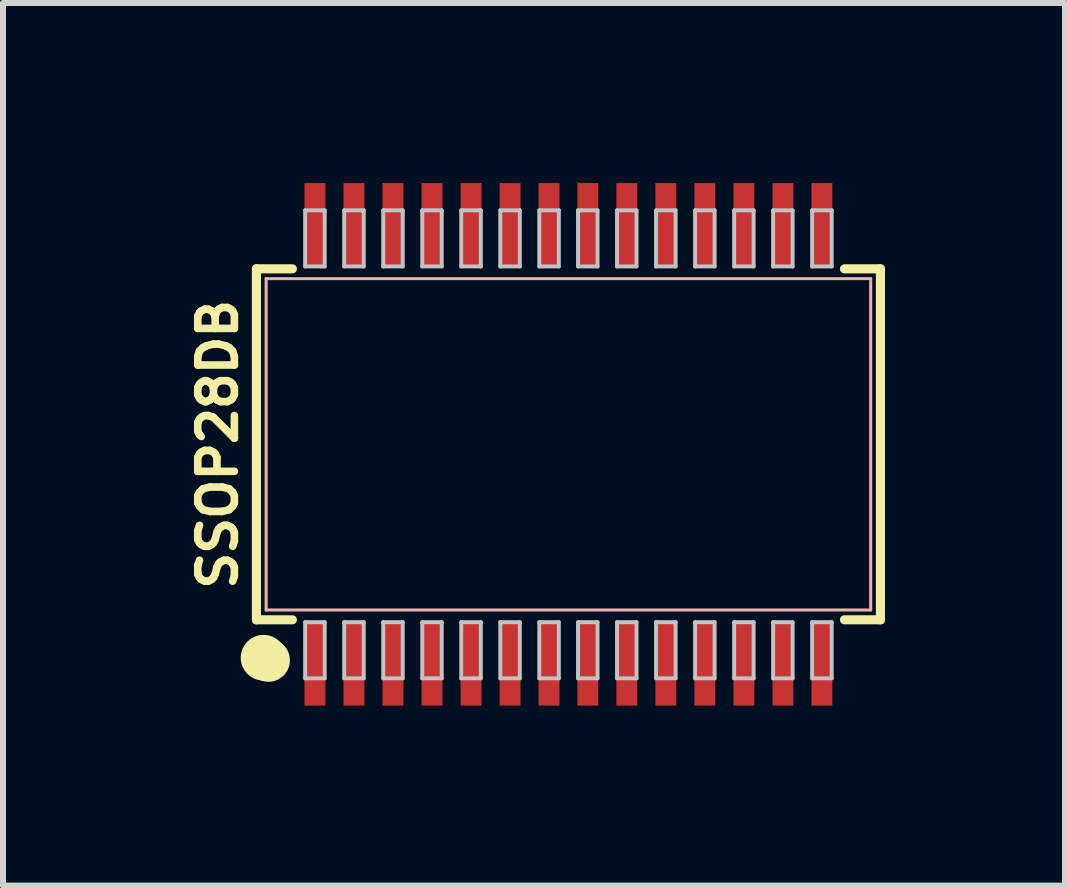
<source format=kicad_pcb>
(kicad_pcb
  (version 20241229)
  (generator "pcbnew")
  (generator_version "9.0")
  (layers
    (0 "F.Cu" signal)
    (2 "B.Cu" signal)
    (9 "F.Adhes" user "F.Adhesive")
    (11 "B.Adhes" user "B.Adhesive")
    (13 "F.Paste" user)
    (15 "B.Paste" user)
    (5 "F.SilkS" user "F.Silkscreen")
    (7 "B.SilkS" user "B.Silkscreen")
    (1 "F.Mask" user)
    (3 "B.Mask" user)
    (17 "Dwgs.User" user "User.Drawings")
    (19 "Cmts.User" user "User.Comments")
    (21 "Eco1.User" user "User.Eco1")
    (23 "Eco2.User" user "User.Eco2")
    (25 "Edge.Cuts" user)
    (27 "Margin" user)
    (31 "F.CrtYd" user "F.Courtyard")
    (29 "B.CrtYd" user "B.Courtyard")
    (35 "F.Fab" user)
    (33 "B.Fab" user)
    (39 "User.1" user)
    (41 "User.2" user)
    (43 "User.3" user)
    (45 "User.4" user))
  (footprint "SSOP28DB"
    (layer "F.Cu")
    (at 6.422 4.354)
    (property "Reference" "SSOP28DB" (at -5.842 0 90) (layer "F.SilkS") (effects (font (size 0.61 0.61) (thickness 0.127))))
    (attr smd)
    (fp_line (start -5.199 -2.924) (end -4.6 -2.924) (stroke (width 0.152) (type solid)) (layer "F.SilkS"))
    (fp_line (start -5.199 2.924) (end -5.199 -2.924) (stroke (width 0.152) (type solid)) (layer "F.SilkS"))
    (fp_line (start -5.199 2.924) (end -4.6 2.924) (stroke (width 0.152) (type solid)) (layer "F.SilkS"))
    (fp_line (start 5.199 -2.924) (end 4.6 -2.924) (stroke (width 0.152) (type solid)) (layer "F.SilkS"))
    (fp_line (start 5.199 -2.924) (end 5.199 2.924) (stroke (width 0.152) (type solid)) (layer "F.SilkS"))
    (fp_line (start 5.199 2.924) (end 4.6 2.924) (stroke (width 0.152) (type solid)) (layer "F.SilkS"))
    (fp_circle (center -5.08 3.556) (end -4.953 3.556) (stroke (width 0.254) (type solid)) (fill no) (layer "F.SilkS"))
    (fp_circle (center -5.08 3.556) (end -4.826 3.556) (stroke (width 0.254) (type solid)) (fill no) (layer "F.SilkS"))
    (fp_circle (center -4.999 3.599) (end -4.999 3.241) (stroke (width 0) (type solid)) (fill yes) (layer "F.SilkS"))
    (fp_line (start -5.037 -2.761) (end 5.037 -2.761) (stroke (width 0.051) (type solid)) (layer "B.SilkS"))
    (fp_line (start -5.037 2.761) (end -5.037 -2.761) (stroke (width 0.051) (type solid)) (layer "B.SilkS"))
    (fp_line (start 5.037 -2.761) (end 5.037 2.761) (stroke (width 0.051) (type solid)) (layer "B.SilkS"))
    (fp_line (start 5.037 2.761) (end -5.037 2.761) (stroke (width 0.051) (type solid)) (layer "B.SilkS"))
    (fp_line (start -4.387 -3.899) (end -4.061 -3.899) (stroke (width 0.066) (type solid)) (layer "Dwgs.User"))
    (fp_line (start -4.387 -2.964) (end -4.387 -3.899) (stroke (width 0.066) (type solid)) (layer "Dwgs.User"))
    (fp_line (start -4.387 -2.964) (end -4.061 -2.964) (stroke (width 0.066) (type solid)) (layer "Dwgs.User"))
    (fp_line (start -4.387 2.964) (end -4.061 2.964) (stroke (width 0.066) (type solid)) (layer "Dwgs.User"))
    (fp_line (start -4.387 3.899) (end -4.387 2.964) (stroke (width 0.066) (type solid)) (layer "Dwgs.User"))
    (fp_line (start -4.387 3.899) (end -4.061 3.899) (stroke (width 0.066) (type solid)) (layer "Dwgs.User"))
    (fp_line (start -4.061 -2.964) (end -4.061 -3.899) (stroke (width 0.066) (type solid)) (layer "Dwgs.User"))
    (fp_line (start -4.061 3.899) (end -4.061 2.964) (stroke (width 0.066) (type solid)) (layer "Dwgs.User"))
    (fp_line (start -3.736 -3.899) (end -3.411 -3.899) (stroke (width 0.066) (type solid)) (layer "Dwgs.User"))
    (fp_line (start -3.736 -2.964) (end -3.736 -3.899) (stroke (width 0.066) (type solid)) (layer "Dwgs.User"))
    (fp_line (start -3.736 -2.964) (end -3.411 -2.964) (stroke (width 0.066) (type solid)) (layer "Dwgs.User"))
    (fp_line (start -3.736 2.964) (end -3.411 2.964) (stroke (width 0.066) (type solid)) (layer "Dwgs.User"))
    (fp_line (start -3.736 3.899) (end -3.736 2.964) (stroke (width 0.066) (type solid)) (layer "Dwgs.User"))
    (fp_line (start -3.736 3.899) (end -3.411 3.899) (stroke (width 0.066) (type solid)) (layer "Dwgs.User"))
    (fp_line (start -3.411 -2.964) (end -3.411 -3.899) (stroke (width 0.066) (type solid)) (layer "Dwgs.User"))
    (fp_line (start -3.411 3.899) (end -3.411 2.964) (stroke (width 0.066) (type solid)) (layer "Dwgs.User"))
    (fp_line (start -3.086 -3.899) (end -2.761 -3.899) (stroke (width 0.066) (type solid)) (layer "Dwgs.User"))
    (fp_line (start -3.086 -2.964) (end -3.086 -3.899) (stroke (width 0.066) (type solid)) (layer "Dwgs.User"))
    (fp_line (start -3.086 -2.964) (end -2.761 -2.964) (stroke (width 0.066) (type solid)) (layer "Dwgs.User"))
    (fp_line (start -3.086 2.964) (end -2.761 2.964) (stroke (width 0.066) (type solid)) (layer "Dwgs.User"))
    (fp_line (start -3.086 3.899) (end -3.086 2.964) (stroke (width 0.066) (type solid)) (layer "Dwgs.User"))
    (fp_line (start -3.086 3.899) (end -2.761 3.899) (stroke (width 0.066) (type solid)) (layer "Dwgs.User"))
    (fp_line (start -2.761 -2.964) (end -2.761 -3.899) (stroke (width 0.066) (type solid)) (layer "Dwgs.User"))
    (fp_line (start -2.761 3.899) (end -2.761 2.964) (stroke (width 0.066) (type solid)) (layer "Dwgs.User"))
    (fp_line (start -2.436 -3.899) (end -2.111 -3.899) (stroke (width 0.066) (type solid)) (layer "Dwgs.User"))
    (fp_line (start -2.436 -2.964) (end -2.436 -3.899) (stroke (width 0.066) (type solid)) (layer "Dwgs.User"))
    (fp_line (start -2.436 -2.964) (end -2.111 -2.964) (stroke (width 0.066) (type solid)) (layer "Dwgs.User"))
    (fp_line (start -2.436 2.964) (end -2.111 2.964) (stroke (width 0.066) (type solid)) (layer "Dwgs.User"))
    (fp_line (start -2.436 3.899) (end -2.436 2.964) (stroke (width 0.066) (type solid)) (layer "Dwgs.User"))
    (fp_line (start -2.436 3.899) (end -2.111 3.899) (stroke (width 0.066) (type solid)) (layer "Dwgs.User"))
    (fp_line (start -2.111 -2.964) (end -2.111 -3.899) (stroke (width 0.066) (type solid)) (layer "Dwgs.User"))
    (fp_line (start -2.111 3.899) (end -2.111 2.964) (stroke (width 0.066) (type solid)) (layer "Dwgs.User"))
    (fp_line (start -1.786 -3.899) (end -1.46 -3.899) (stroke (width 0.066) (type solid)) (layer "Dwgs.User"))
    (fp_line (start -1.786 -2.964) (end -1.786 -3.899) (stroke (width 0.066) (type solid)) (layer "Dwgs.User"))
    (fp_line (start -1.786 -2.964) (end -1.46 -2.964) (stroke (width 0.066) (type solid)) (layer "Dwgs.User"))
    (fp_line (start -1.786 2.964) (end -1.46 2.964) (stroke (width 0.066) (type solid)) (layer "Dwgs.User"))
    (fp_line (start -1.786 3.899) (end -1.786 2.964) (stroke (width 0.066) (type solid)) (layer "Dwgs.User"))
    (fp_line (start -1.786 3.899) (end -1.46 3.899) (stroke (width 0.066) (type solid)) (layer "Dwgs.User"))
    (fp_line (start -1.46 -2.964) (end -1.46 -3.899) (stroke (width 0.066) (type solid)) (layer "Dwgs.User"))
    (fp_line (start -1.46 3.899) (end -1.46 2.964) (stroke (width 0.066) (type solid)) (layer "Dwgs.User"))
    (fp_line (start -1.135 -3.899) (end -0.81 -3.899) (stroke (width 0.066) (type solid)) (layer "Dwgs.User"))
    (fp_line (start -1.135 -2.964) (end -1.135 -3.899) (stroke (width 0.066) (type solid)) (layer "Dwgs.User"))
    (fp_line (start -1.135 -2.964) (end -0.81 -2.964) (stroke (width 0.066) (type solid)) (layer "Dwgs.User"))
    (fp_line (start -1.135 2.964) (end -0.81 2.964) (stroke (width 0.066) (type solid)) (layer "Dwgs.User"))
    (fp_line (start -1.135 3.899) (end -1.135 2.964) (stroke (width 0.066) (type solid)) (layer "Dwgs.User"))
    (fp_line (start -1.135 3.899) (end -0.81 3.899) (stroke (width 0.066) (type solid)) (layer "Dwgs.User"))
    (fp_line (start -0.81 -2.964) (end -0.81 -3.899) (stroke (width 0.066) (type solid)) (layer "Dwgs.User"))
    (fp_line (start -0.81 3.899) (end -0.81 2.964) (stroke (width 0.066) (type solid)) (layer "Dwgs.User"))
    (fp_line (start -0.485 -3.899) (end -0.16 -3.899) (stroke (width 0.066) (type solid)) (layer "Dwgs.User"))
    (fp_line (start -0.485 -2.964) (end -0.485 -3.899) (stroke (width 0.066) (type solid)) (layer "Dwgs.User"))
    (fp_line (start -0.485 -2.964) (end -0.16 -2.964) (stroke (width 0.066) (type solid)) (layer "Dwgs.User"))
    (fp_line (start -0.485 2.964) (end -0.16 2.964) (stroke (width 0.066) (type solid)) (layer "Dwgs.User"))
    (fp_line (start -0.485 3.899) (end -0.485 2.964) (stroke (width 0.066) (type solid)) (layer "Dwgs.User"))
    (fp_line (start -0.485 3.899) (end -0.16 3.899) (stroke (width 0.066) (type solid)) (layer "Dwgs.User"))
    (fp_line (start -0.16 -2.964) (end -0.16 -3.899) (stroke (width 0.066) (type solid)) (layer "Dwgs.User"))
    (fp_line (start -0.16 3.899) (end -0.16 2.964) (stroke (width 0.066) (type solid)) (layer "Dwgs.User"))
    (fp_line (start 0.16 -3.899) (end 0.485 -3.899) (stroke (width 0.066) (type solid)) (layer "Dwgs.User"))
    (fp_line (start 0.16 -2.964) (end 0.16 -3.899) (stroke (width 0.066) (type solid)) (layer "Dwgs.User"))
    (fp_line (start 0.16 -2.964) (end 0.485 -2.964) (stroke (width 0.066) (type solid)) (layer "Dwgs.User"))
    (fp_line (start 0.16 2.964) (end 0.485 2.964) (stroke (width 0.066) (type solid)) (layer "Dwgs.User"))
    (fp_line (start 0.16 3.899) (end 0.16 2.964) (stroke (width 0.066) (type solid)) (layer "Dwgs.User"))
    (fp_line (start 0.16 3.899) (end 0.485 3.899) (stroke (width 0.066) (type solid)) (layer "Dwgs.User"))
    (fp_line (start 0.485 -2.964) (end 0.485 -3.899) (stroke (width 0.066) (type solid)) (layer "Dwgs.User"))
    (fp_line (start 0.485 3.899) (end 0.485 2.964) (stroke (width 0.066) (type solid)) (layer "Dwgs.User"))
    (fp_line (start 0.81 -3.899) (end 1.135 -3.899) (stroke (width 0.066) (type solid)) (layer "Dwgs.User"))
    (fp_line (start 0.81 -2.964) (end 0.81 -3.899) (stroke (width 0.066) (type solid)) (layer "Dwgs.User"))
    (fp_line (start 0.81 -2.964) (end 1.135 -2.964) (stroke (width 0.066) (type solid)) (layer "Dwgs.User"))
    (fp_line (start 0.81 2.964) (end 1.135 2.964) (stroke (width 0.066) (type solid)) (layer "Dwgs.User"))
    (fp_line (start 0.81 3.899) (end 0.81 2.964) (stroke (width 0.066) (type solid)) (layer "Dwgs.User"))
    (fp_line (start 0.81 3.899) (end 1.135 3.899) (stroke (width 0.066) (type solid)) (layer "Dwgs.User"))
    (fp_line (start 1.135 -2.964) (end 1.135 -3.899) (stroke (width 0.066) (type solid)) (layer "Dwgs.User"))
    (fp_line (start 1.135 3.899) (end 1.135 2.964) (stroke (width 0.066) (type solid)) (layer "Dwgs.User"))
    (fp_line (start 1.46 -3.899) (end 1.786 -3.899) (stroke (width 0.066) (type solid)) (layer "Dwgs.User"))
    (fp_line (start 1.46 -2.964) (end 1.46 -3.899) (stroke (width 0.066) (type solid)) (layer "Dwgs.User"))
    (fp_line (start 1.46 -2.964) (end 1.786 -2.964) (stroke (width 0.066) (type solid)) (layer "Dwgs.User"))
    (fp_line (start 1.46 2.964) (end 1.786 2.964) (stroke (width 0.066) (type solid)) (layer "Dwgs.User"))
    (fp_line (start 1.46 3.899) (end 1.46 2.964) (stroke (width 0.066) (type solid)) (layer "Dwgs.User"))
    (fp_line (start 1.46 3.899) (end 1.786 3.899) (stroke (width 0.066) (type solid)) (layer "Dwgs.User"))
    (fp_line (start 1.786 -2.964) (end 1.786 -3.899) (stroke (width 0.066) (type solid)) (layer "Dwgs.User"))
    (fp_line (start 1.786 3.899) (end 1.786 2.964) (stroke (width 0.066) (type solid)) (layer "Dwgs.User"))
    (fp_line (start 2.111 -3.899) (end 2.436 -3.899) (stroke (width 0.066) (type solid)) (layer "Dwgs.User"))
    (fp_line (start 2.111 -2.964) (end 2.111 -3.899) (stroke (width 0.066) (type solid)) (layer "Dwgs.User"))
    (fp_line (start 2.111 -2.964) (end 2.436 -2.964) (stroke (width 0.066) (type solid)) (layer "Dwgs.User"))
    (fp_line (start 2.111 2.964) (end 2.436 2.964) (stroke (width 0.066) (type solid)) (layer "Dwgs.User"))
    (fp_line (start 2.111 3.899) (end 2.111 2.964) (stroke (width 0.066) (type solid)) (layer "Dwgs.User"))
    (fp_line (start 2.111 3.899) (end 2.436 3.899) (stroke (width 0.066) (type solid)) (layer "Dwgs.User"))
    (fp_line (start 2.436 -2.964) (end 2.436 -3.899) (stroke (width 0.066) (type solid)) (layer "Dwgs.User"))
    (fp_line (start 2.436 3.899) (end 2.436 2.964) (stroke (width 0.066) (type solid)) (layer "Dwgs.User"))
    (fp_line (start 2.761 -3.899) (end 3.086 -3.899) (stroke (width 0.066) (type solid)) (layer "Dwgs.User"))
    (fp_line (start 2.761 -2.964) (end 2.761 -3.899) (stroke (width 0.066) (type solid)) (layer "Dwgs.User"))
    (fp_line (start 2.761 -2.964) (end 3.086 -2.964) (stroke (width 0.066) (type solid)) (layer "Dwgs.User"))
    (fp_line (start 2.761 2.964) (end 3.086 2.964) (stroke (width 0.066) (type solid)) (layer "Dwgs.User"))
    (fp_line (start 2.761 3.899) (end 2.761 2.964) (stroke (width 0.066) (type solid)) (layer "Dwgs.User"))
    (fp_line (start 2.761 3.899) (end 3.086 3.899) (stroke (width 0.066) (type solid)) (layer "Dwgs.User"))
    (fp_line (start 3.086 -2.964) (end 3.086 -3.899) (stroke (width 0.066) (type solid)) (layer "Dwgs.User"))
    (fp_line (start 3.086 3.899) (end 3.086 2.964) (stroke (width 0.066) (type solid)) (layer "Dwgs.User"))
    (fp_line (start 3.411 -3.899) (end 3.736 -3.899) (stroke (width 0.066) (type solid)) (layer "Dwgs.User"))
    (fp_line (start 3.411 -2.964) (end 3.411 -3.899) (stroke (width 0.066) (type solid)) (layer "Dwgs.User"))
    (fp_line (start 3.411 -2.964) (end 3.736 -2.964) (stroke (width 0.066) (type solid)) (layer "Dwgs.User"))
    (fp_line (start 3.411 2.964) (end 3.736 2.964) (stroke (width 0.066) (type solid)) (layer "Dwgs.User"))
    (fp_line (start 3.411 3.899) (end 3.411 2.964) (stroke (width 0.066) (type solid)) (layer "Dwgs.User"))
    (fp_line (start 3.411 3.899) (end 3.736 3.899) (stroke (width 0.066) (type solid)) (layer "Dwgs.User"))
    (fp_line (start 3.736 -2.964) (end 3.736 -3.899) (stroke (width 0.066) (type solid)) (layer "Dwgs.User"))
    (fp_line (start 3.736 3.899) (end 3.736 2.964) (stroke (width 0.066) (type solid)) (layer "Dwgs.User"))
    (fp_line (start 4.061 -3.899) (end 4.387 -3.899) (stroke (width 0.066) (type solid)) (layer "Dwgs.User"))
    (fp_line (start 4.061 -2.964) (end 4.061 -3.899) (stroke (width 0.066) (type solid)) (layer "Dwgs.User"))
    (fp_line (start 4.061 -2.964) (end 4.387 -2.964) (stroke (width 0.066) (type solid)) (layer "Dwgs.User"))
    (fp_line (start 4.061 2.964) (end 4.387 2.964) (stroke (width 0.066) (type solid)) (layer "Dwgs.User"))
    (fp_line (start 4.061 3.899) (end 4.061 2.964) (stroke (width 0.066) (type solid)) (layer "Dwgs.User"))
    (fp_line (start 4.061 3.899) (end 4.387 3.899) (stroke (width 0.066) (type solid)) (layer "Dwgs.User"))
    (fp_line (start 4.387 -2.964) (end 4.387 -3.899) (stroke (width 0.066) (type solid)) (layer "Dwgs.User"))
    (fp_line (start 4.387 3.899) (end 4.387 2.964) (stroke (width 0.066) (type solid)) (layer "Dwgs.User"))
    (pad "1" smd rect (at -4.224 3.655) (size 0.348 1.397) (layers "F.Cu" "F.Mask" "F.Paste"))
    (pad "2" smd rect (at -3.574 3.655) (size 0.348 1.397) (layers "F.Cu" "F.Mask" "F.Paste"))
    (pad "3" smd rect (at -2.924 3.655) (size 0.348 1.397) (layers "F.Cu" "F.Mask" "F.Paste"))
    (pad "4" smd rect (at -2.273 3.655) (size 0.348 1.397) (layers "F.Cu" "F.Mask" "F.Paste"))
    (pad "5" smd rect (at -1.623 3.655) (size 0.348 1.397) (layers "F.Cu" "F.Mask" "F.Paste"))
    (pad "6" smd rect (at -0.973 3.655) (size 0.348 1.397) (layers "F.Cu" "F.Mask" "F.Paste"))
    (pad "7" smd rect (at -0.323 3.655) (size 0.348 1.397) (layers "F.Cu" "F.Mask" "F.Paste"))
    (pad "8" smd rect (at 0.323 3.655) (size 0.348 1.397) (layers "F.Cu" "F.Mask" "F.Paste"))
    (pad "9" smd rect (at 0.973 3.655) (size 0.348 1.397) (layers "F.Cu" "F.Mask" "F.Paste"))
    (pad "10" smd rect (at 1.623 3.655) (size 0.348 1.397) (layers "F.Cu" "F.Mask" "F.Paste"))
    (pad "11" smd rect (at 2.273 3.655) (size 0.348 1.397) (layers "F.Cu" "F.Mask" "F.Paste"))
    (pad "12" smd rect (at 2.924 3.655) (size 0.348 1.397) (layers "F.Cu" "F.Mask" "F.Paste"))
    (pad "13" smd rect (at 3.574 3.655) (size 0.348 1.397) (layers "F.Cu" "F.Mask" "F.Paste"))
    (pad "14" smd rect (at 4.224 3.655) (size 0.348 1.397) (layers "F.Cu" "F.Mask" "F.Paste"))
    (pad "15" smd rect (at 4.224 -3.655) (size 0.348 1.397) (layers "F.Cu" "F.Mask" "F.Paste"))
    (pad "16" smd rect (at 3.574 -3.655) (size 0.348 1.397) (layers "F.Cu" "F.Mask" "F.Paste"))
    (pad "17" smd rect (at 2.924 -3.655) (size 0.348 1.397) (layers "F.Cu" "F.Mask" "F.Paste"))
    (pad "18" smd rect (at 2.273 -3.655) (size 0.348 1.397) (layers "F.Cu" "F.Mask" "F.Paste"))
    (pad "19" smd rect (at 1.623 -3.655) (size 0.348 1.397) (layers "F.Cu" "F.Mask" "F.Paste"))
    (pad "20" smd rect (at 0.973 -3.655) (size 0.348 1.397) (layers "F.Cu" "F.Mask" "F.Paste"))
    (pad "21" smd rect (at 0.323 -3.655) (size 0.348 1.397) (layers "F.Cu" "F.Mask" "F.Paste"))
    (pad "22" smd rect (at -0.323 -3.655) (size 0.348 1.397) (layers "F.Cu" "F.Mask" "F.Paste"))
    (pad "23" smd rect (at -0.973 -3.655) (size 0.348 1.397) (layers "F.Cu" "F.Mask" "F.Paste"))
    (pad "24" smd rect (at -1.623 -3.655) (size 0.348 1.397) (layers "F.Cu" "F.Mask" "F.Paste"))
    (pad "25" smd rect (at -2.273 -3.655) (size 0.348 1.397) (layers "F.Cu" "F.Mask" "F.Paste"))
    (pad "26" smd rect (at -2.924 -3.655) (size 0.348 1.397) (layers "F.Cu" "F.Mask" "F.Paste"))
    (pad "27" smd rect (at -3.574 -3.655) (size 0.348 1.397) (layers "F.Cu" "F.Mask" "F.Paste"))
    (pad "28" smd rect (at -4.224 -3.655) (size 0.348 1.397) (layers "F.Cu" "F.Mask" "F.Paste")))
  (gr_rect
    (start -3 -3)
    (end 14.697 11.707)
    (stroke (width 0.1) (type default))
    (fill no)
    (layer "Edge.Cuts")))
</source>
